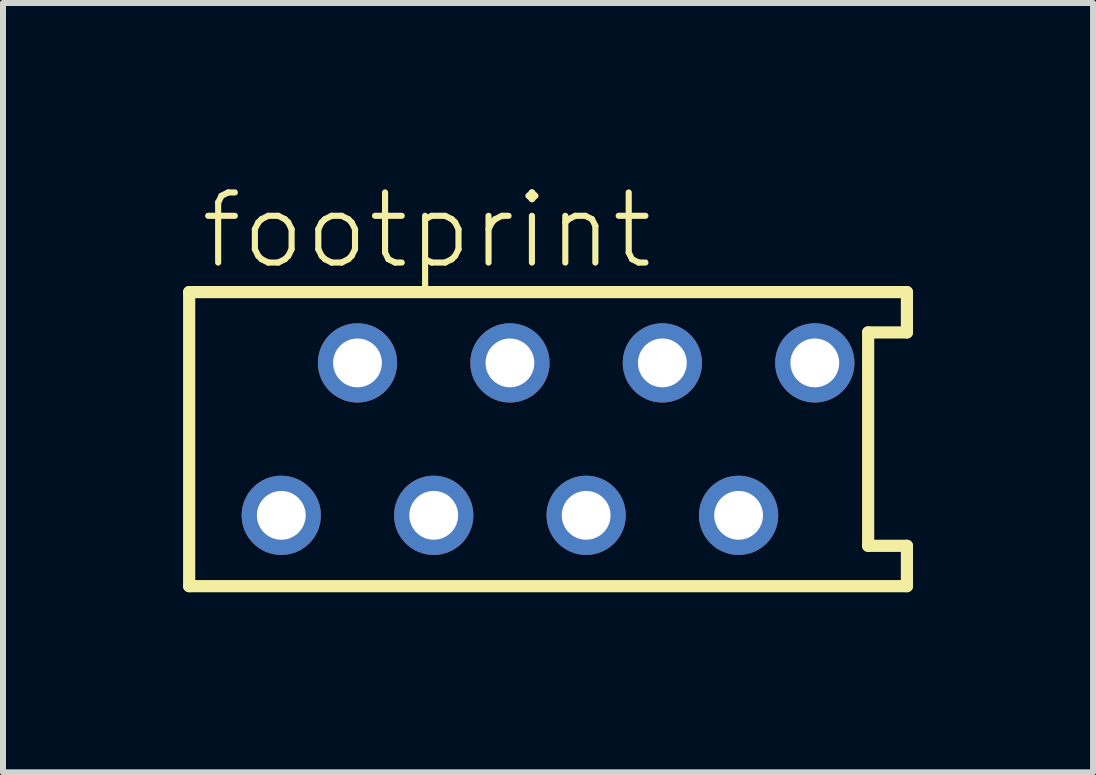
<source format=kicad_pcb>
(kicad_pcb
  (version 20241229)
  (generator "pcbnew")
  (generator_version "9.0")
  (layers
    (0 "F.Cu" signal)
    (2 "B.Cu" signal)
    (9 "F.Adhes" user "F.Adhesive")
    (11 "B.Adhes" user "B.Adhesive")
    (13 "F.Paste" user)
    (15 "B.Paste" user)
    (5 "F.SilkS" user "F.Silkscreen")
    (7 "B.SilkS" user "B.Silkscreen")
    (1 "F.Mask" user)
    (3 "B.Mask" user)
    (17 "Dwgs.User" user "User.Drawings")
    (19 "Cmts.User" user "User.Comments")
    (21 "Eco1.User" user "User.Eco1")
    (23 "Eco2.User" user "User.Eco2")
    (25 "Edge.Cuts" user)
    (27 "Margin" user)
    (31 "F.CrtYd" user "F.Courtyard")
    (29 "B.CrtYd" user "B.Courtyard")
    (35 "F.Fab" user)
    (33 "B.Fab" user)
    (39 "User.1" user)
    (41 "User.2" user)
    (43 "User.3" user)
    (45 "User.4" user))
  (footprint "footprint"
    (layer "F.Cu")
    (at 6.082 4.267)
    (property "Reference" "footprint" (at -5.842 -2.794 0) (layer "F.SilkS") (effects (font (size 1.168 1.168) (thickness 0.102)) (justify left bottom)))
    (fp_line (start -5.98 -2.45) (end -5.98 2.45) (stroke (width 0.203) (type solid)) (layer "F.SilkS"))
    (fp_line (start -5.98 2.45) (end 5.98 2.45) (stroke (width 0.203) (type solid)) (layer "F.SilkS"))
    (fp_line (start 5.334 -1.778) (end 5.98 -1.778) (stroke (width 0.203) (type solid)) (layer "F.SilkS"))
    (fp_line (start 5.334 1.778) (end 5.334 -1.778) (stroke (width 0.203) (type solid)) (layer "F.SilkS"))
    (fp_line (start 5.98 -2.45) (end -5.98 -2.45) (stroke (width 0.203) (type solid)) (layer "F.SilkS"))
    (fp_line (start 5.98 -1.778) (end 5.98 -2.45) (stroke (width 0.203) (type solid)) (layer "F.SilkS"))
    (fp_line (start 5.98 1.778) (end 5.334 1.778) (stroke (width 0.203) (type solid)) (layer "F.SilkS"))
    (fp_line (start 5.98 2.45) (end 5.98 1.778) (stroke (width 0.203) (type solid)) (layer "F.SilkS"))
    (pad "1" thru_hole circle (at -4.445 1.27) (size 1.321 1.321) (drill 0.813) (layers "*.Cu" "*.Mask"))
    (pad "2" thru_hole circle (at -3.175 -1.27) (size 1.321 1.321) (drill 0.813) (layers "*.Cu" "*.Mask"))
    (pad "3" thru_hole circle (at -1.905 1.27) (size 1.321 1.321) (drill 0.813) (layers "*.Cu" "*.Mask"))
    (pad "4" thru_hole circle (at -0.635 -1.27) (size 1.321 1.321) (drill 0.813) (layers "*.Cu" "*.Mask"))
    (pad "5" thru_hole circle (at 0.635 1.27) (size 1.321 1.321) (drill 0.813) (layers "*.Cu" "*.Mask"))
    (pad "6" thru_hole circle (at 1.905 -1.27) (size 1.321 1.321) (drill 0.813) (layers "*.Cu" "*.Mask"))
    (pad "7" thru_hole circle (at 3.175 1.27) (size 1.321 1.321) (drill 0.813) (layers "*.Cu" "*.Mask"))
    (pad "8" thru_hole circle (at 4.445 -1.27) (size 1.321 1.321) (drill 0.813) (layers "*.Cu" "*.Mask")))
  (gr_rect
    (start -3 -3)
    (end 15.163 9.819)
    (stroke (width 0.1) (type default))
    (fill no)
    (layer "Edge.Cuts")))
</source>
